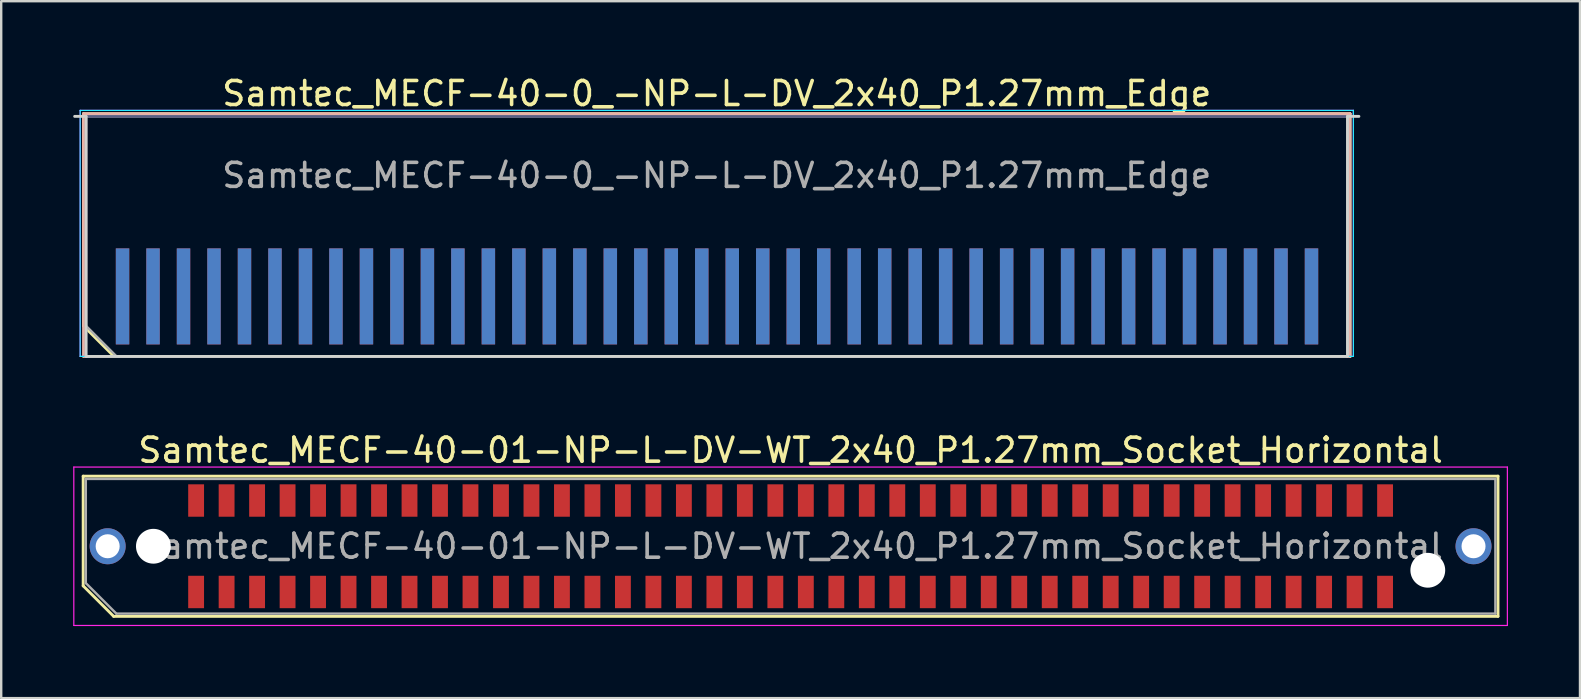
<source format=kicad_pcb>
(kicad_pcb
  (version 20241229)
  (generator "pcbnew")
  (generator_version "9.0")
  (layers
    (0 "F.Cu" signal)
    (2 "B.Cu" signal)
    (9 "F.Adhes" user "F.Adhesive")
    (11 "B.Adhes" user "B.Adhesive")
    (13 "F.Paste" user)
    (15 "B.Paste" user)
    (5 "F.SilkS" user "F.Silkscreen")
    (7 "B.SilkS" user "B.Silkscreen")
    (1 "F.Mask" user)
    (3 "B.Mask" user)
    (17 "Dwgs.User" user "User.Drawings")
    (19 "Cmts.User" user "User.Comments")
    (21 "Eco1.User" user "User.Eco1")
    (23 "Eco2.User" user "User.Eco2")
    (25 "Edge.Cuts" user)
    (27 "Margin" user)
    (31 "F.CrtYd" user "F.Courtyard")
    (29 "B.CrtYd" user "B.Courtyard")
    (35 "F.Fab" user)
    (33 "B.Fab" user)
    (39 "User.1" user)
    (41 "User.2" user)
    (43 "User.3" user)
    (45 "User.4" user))
  (footprint "Samtec_MECF-40-0_-NP-L-DV_2x40_P1.27mm_Edge"
    (layer "F.Cu")
    (at 26.81 6.798)
    (property "Reference" "Samtec_MECF-40-0_-NP-L-DV_2x40_P1.27mm_Edge" (at 0 -5.95 0) (layer "F.SilkS") (effects (font (size 1 1) (thickness 0.15))))
    (attr exclude_from_pos_files exclude_from_bom)
    (fp_line (start -26.38 -5.11) (end 26.38 -5.11) (stroke (width 0.12) (type solid)) (layer "F.SilkS"))
    (fp_line (start -26.38 3.73) (end -26.38 -5.11) (stroke (width 0.12) (type solid)) (layer "F.SilkS"))
    (fp_line (start -25.11 5) (end -26.38 3.73) (stroke (width 0.12) (type solid)) (layer "F.SilkS"))
    (fp_line (start -25.11 5) (end 26.38 5) (stroke (width 0.12) (type solid)) (layer "F.SilkS"))
    (fp_line (start 26.38 5) (end 26.38 -5.11) (stroke (width 0.12) (type solid)) (layer "F.SilkS"))
    (fp_line (start -26.38 -5.11) (end 26.38 -5.11) (stroke (width 0.12) (type solid)) (layer "B.SilkS"))
    (fp_line (start -26.38 5) (end -26.38 -5.11) (stroke (width 0.12) (type solid)) (layer "B.SilkS"))
    (fp_line (start -26.38 5) (end 26.38 5) (stroke (width 0.12) (type solid)) (layer "B.SilkS"))
    (fp_line (start 26.38 5) (end 26.38 -5.11) (stroke (width 0.12) (type solid)) (layer "B.SilkS"))
    (fp_line (start -26.75 -5) (end -26.275 -5) (stroke (width 0.12) (type solid)) (layer "Edge.Cuts"))
    (fp_line (start -26.275 5) (end -26.275 -5) (stroke (width 0.12) (type solid)) (layer "Edge.Cuts"))
    (fp_line (start -26.275 5) (end 26.275 5) (stroke (width 0.12) (type solid)) (layer "Edge.Cuts"))
    (fp_line (start 26.275 5) (end 26.275 -5) (stroke (width 0.12) (type solid)) (layer "Edge.Cuts"))
    (fp_line (start 26.75 -5) (end 26.275 -5) (stroke (width 0.12) (type solid)) (layer "Edge.Cuts"))
    (fp_line (start -26.52 -5.25) (end -26.52 5) (stroke (width 0.05) (type solid)) (layer "B.CrtYd"))
    (fp_line (start -26.52 5) (end 26.52 5) (stroke (width 0.05) (type solid)) (layer "B.CrtYd"))
    (fp_line (start 26.52 -5.25) (end -26.52 -5.25) (stroke (width 0.05) (type solid)) (layer "B.CrtYd"))
    (fp_line (start 26.52 5) (end 26.52 -5.25) (stroke (width 0.05) (type solid)) (layer "B.CrtYd"))
    (fp_line (start -26.52 -5.25) (end -26.52 5) (stroke (width 0.05) (type solid)) (layer "F.CrtYd"))
    (fp_line (start -26.52 5) (end 26.52 5) (stroke (width 0.05) (type solid)) (layer "F.CrtYd"))
    (fp_line (start 26.52 -5.25) (end -26.52 -5.25) (stroke (width 0.05) (type solid)) (layer "F.CrtYd"))
    (fp_line (start 26.52 5) (end 26.52 -5.25) (stroke (width 0.05) (type solid)) (layer "F.CrtYd"))
    (fp_line (start -26.275 -5) (end 26.275 -5) (stroke (width 0.1) (type solid)) (layer "B.Fab"))
    (fp_line (start -26.275 5) (end -26.275 -5) (stroke (width 0.1) (type solid)) (layer "B.Fab"))
    (fp_line (start -26.275 5) (end 26.275 5) (stroke (width 0.1) (type solid)) (layer "B.Fab"))
    (fp_line (start 26.275 5) (end 26.275 -5) (stroke (width 0.1) (type solid)) (layer "B.Fab"))
    (fp_line (start -26.275 -5) (end 26.275 -5) (stroke (width 0.1) (type solid)) (layer "F.Fab"))
    (fp_line (start -26.275 3.73) (end -26.275 -5) (stroke (width 0.1) (type solid)) (layer "F.Fab"))
    (fp_line (start -26.275 3.73) (end -25.005 5) (stroke (width 0.1) (type solid)) (layer "F.Fab"))
    (fp_line (start -25.005 5) (end 26.275 5) (stroke (width 0.1) (type solid)) (layer "F.Fab"))
    (fp_line (start 26.275 5) (end 26.275 -5) (stroke (width 0.1) (type solid)) (layer "F.Fab"))
    (fp_text user "${REFERENCE}" (at 0 -2.54 0) (layer "F.Fab") (effects (font (size 1 1) (thickness 0.15))))
    (pad "1" connect rect (at -24.755 2.5) (size 0.56 4) (layers "F.Cu" "F.Mask"))
    (pad "2" connect rect (at -24.755 2.5) (size 0.56 4) (layers "B.Cu" "B.Mask"))
    (pad "3" connect rect (at -23.485 2.5) (size 0.56 4) (layers "F.Cu" "F.Mask"))
    (pad "4" connect rect (at -23.485 2.5) (size 0.56 4) (layers "B.Cu" "B.Mask"))
    (pad "5" connect rect (at -22.215 2.5) (size 0.56 4) (layers "F.Cu" "F.Mask"))
    (pad "6" connect rect (at -22.215 2.5) (size 0.56 4) (layers "B.Cu" "B.Mask"))
    (pad "7" connect rect (at -20.945 2.5) (size 0.56 4) (layers "F.Cu" "F.Mask"))
    (pad "8" connect rect (at -20.945 2.5) (size 0.56 4) (layers "B.Cu" "B.Mask"))
    (pad "9" connect rect (at -19.675 2.5) (size 0.56 4) (layers "F.Cu" "F.Mask"))
    (pad "10" connect rect (at -19.675 2.5) (size 0.56 4) (layers "B.Cu" "B.Mask"))
    (pad "11" connect rect (at -18.405 2.5) (size 0.56 4) (layers "F.Cu" "F.Mask"))
    (pad "12" connect rect (at -18.405 2.5) (size 0.56 4) (layers "B.Cu" "B.Mask"))
    (pad "13" connect rect (at -17.135 2.5) (size 0.56 4) (layers "F.Cu" "F.Mask"))
    (pad "14" connect rect (at -17.135 2.5) (size 0.56 4) (layers "B.Cu" "B.Mask"))
    (pad "15" connect rect (at -15.865 2.5) (size 0.56 4) (layers "F.Cu" "F.Mask"))
    (pad "16" connect rect (at -15.865 2.5) (size 0.56 4) (layers "B.Cu" "B.Mask"))
    (pad "17" connect rect (at -14.595 2.5) (size 0.56 4) (layers "F.Cu" "F.Mask"))
    (pad "18" connect rect (at -14.595 2.5) (size 0.56 4) (layers "B.Cu" "B.Mask"))
    (pad "19" connect rect (at -13.325 2.5) (size 0.56 4) (layers "F.Cu" "F.Mask"))
    (pad "20" connect rect (at -13.325 2.5) (size 0.56 4) (layers "B.Cu" "B.Mask"))
    (pad "21" connect rect (at -12.055 2.5) (size 0.56 4) (layers "F.Cu" "F.Mask"))
    (pad "22" connect rect (at -12.055 2.5) (size 0.56 4) (layers "B.Cu" "B.Mask"))
    (pad "23" connect rect (at -10.785 2.5) (size 0.56 4) (layers "F.Cu" "F.Mask"))
    (pad "24" connect rect (at -10.785 2.5) (size 0.56 4) (layers "B.Cu" "B.Mask"))
    (pad "25" connect rect (at -9.515 2.5) (size 0.56 4) (layers "F.Cu" "F.Mask"))
    (pad "26" connect rect (at -9.515 2.5) (size 0.56 4) (layers "B.Cu" "B.Mask"))
    (pad "27" connect rect (at -8.245 2.5) (size 0.56 4) (layers "F.Cu" "F.Mask"))
    (pad "28" connect rect (at -8.245 2.5) (size 0.56 4) (layers "B.Cu" "B.Mask"))
    (pad "29" connect rect (at -6.975 2.5) (size 0.56 4) (layers "F.Cu" "F.Mask"))
    (pad "30" connect rect (at -6.975 2.5) (size 0.56 4) (layers "B.Cu" "B.Mask"))
    (pad "31" connect rect (at -5.705 2.5) (size 0.56 4) (layers "F.Cu" "F.Mask"))
    (pad "32" connect rect (at -5.705 2.5) (size 0.56 4) (layers "B.Cu" "B.Mask"))
    (pad "33" connect rect (at -4.435 2.5) (size 0.56 4) (layers "F.Cu" "F.Mask"))
    (pad "34" connect rect (at -4.435 2.5) (size 0.56 4) (layers "B.Cu" "B.Mask"))
    (pad "35" connect rect (at -3.165 2.5) (size 0.56 4) (layers "F.Cu" "F.Mask"))
    (pad "36" connect rect (at -3.165 2.5) (size 0.56 4) (layers "B.Cu" "B.Mask"))
    (pad "37" connect rect (at -1.895 2.5) (size 0.56 4) (layers "F.Cu" "F.Mask"))
    (pad "38" connect rect (at -1.895 2.5) (size 0.56 4) (layers "B.Cu" "B.Mask"))
    (pad "39" connect rect (at -0.625 2.5) (size 0.56 4) (layers "F.Cu" "F.Mask"))
    (pad "40" connect rect (at -0.625 2.5) (size 0.56 4) (layers "B.Cu" "B.Mask"))
    (pad "41" connect rect (at 0.645 2.5) (size 0.56 4) (layers "F.Cu" "F.Mask"))
    (pad "42" connect rect (at 0.645 2.5) (size 0.56 4) (layers "B.Cu" "B.Mask"))
    (pad "43" connect rect (at 1.915 2.5) (size 0.56 4) (layers "F.Cu" "F.Mask"))
    (pad "44" connect rect (at 1.915 2.5) (size 0.56 4) (layers "B.Cu" "B.Mask"))
    (pad "45" connect rect (at 3.185 2.5) (size 0.56 4) (layers "F.Cu" "F.Mask"))
    (pad "46" connect rect (at 3.185 2.5) (size 0.56 4) (layers "B.Cu" "B.Mask"))
    (pad "47" connect rect (at 4.455 2.5) (size 0.56 4) (layers "F.Cu" "F.Mask"))
    (pad "48" connect rect (at 4.455 2.5) (size 0.56 4) (layers "B.Cu" "B.Mask"))
    (pad "49" connect rect (at 5.725 2.5) (size 0.56 4) (layers "F.Cu" "F.Mask"))
    (pad "50" connect rect (at 5.725 2.5) (size 0.56 4) (layers "B.Cu" "B.Mask"))
    (pad "51" connect rect (at 6.995 2.5) (size 0.56 4) (layers "F.Cu" "F.Mask"))
    (pad "52" connect rect (at 6.995 2.5) (size 0.56 4) (layers "B.Cu" "B.Mask"))
    (pad "53" connect rect (at 8.265 2.5) (size 0.56 4) (layers "F.Cu" "F.Mask"))
    (pad "54" connect rect (at 8.265 2.5) (size 0.56 4) (layers "B.Cu" "B.Mask"))
    (pad "55" connect rect (at 9.535 2.5) (size 0.56 4) (layers "F.Cu" "F.Mask"))
    (pad "56" connect rect (at 9.535 2.5) (size 0.56 4) (layers "B.Cu" "B.Mask"))
    (pad "57" connect rect (at 10.805 2.5) (size 0.56 4) (layers "F.Cu" "F.Mask"))
    (pad "58" connect rect (at 10.805 2.5) (size 0.56 4) (layers "B.Cu" "B.Mask"))
    (pad "59" connect rect (at 12.075 2.5) (size 0.56 4) (layers "F.Cu" "F.Mask"))
    (pad "60" connect rect (at 12.075 2.5) (size 0.56 4) (layers "B.Cu" "B.Mask"))
    (pad "61" connect rect (at 13.345 2.5) (size 0.56 4) (layers "F.Cu" "F.Mask"))
    (pad "62" connect rect (at 13.345 2.5) (size 0.56 4) (layers "B.Cu" "B.Mask"))
    (pad "63" connect rect (at 14.615 2.5) (size 0.56 4) (layers "F.Cu" "F.Mask"))
    (pad "64" connect rect (at 14.615 2.5) (size 0.56 4) (layers "B.Cu" "B.Mask"))
    (pad "65" connect rect (at 15.885 2.5) (size 0.56 4) (layers "F.Cu" "F.Mask"))
    (pad "66" connect rect (at 15.885 2.5) (size 0.56 4) (layers "B.Cu" "B.Mask"))
    (pad "67" connect rect (at 17.155 2.5) (size 0.56 4) (layers "F.Cu" "F.Mask"))
    (pad "68" connect rect (at 17.155 2.5) (size 0.56 4) (layers "B.Cu" "B.Mask"))
    (pad "69" connect rect (at 18.425 2.5) (size 0.56 4) (layers "F.Cu" "F.Mask"))
    (pad "70" connect rect (at 18.425 2.5) (size 0.56 4) (layers "B.Cu" "B.Mask"))
    (pad "71" connect rect (at 19.695 2.5) (size 0.56 4) (layers "F.Cu" "F.Mask"))
    (pad "72" connect rect (at 19.695 2.5) (size 0.56 4) (layers "B.Cu" "B.Mask"))
    (pad "73" connect rect (at 20.965 2.5) (size 0.56 4) (layers "F.Cu" "F.Mask"))
    (pad "74" connect rect (at 20.965 2.5) (size 0.56 4) (layers "B.Cu" "B.Mask"))
    (pad "75" connect rect (at 22.235 2.5) (size 0.56 4) (layers "F.Cu" "F.Mask"))
    (pad "76" connect rect (at 22.235 2.5) (size 0.56 4) (layers "B.Cu" "B.Mask"))
    (pad "77" connect rect (at 23.505 2.5) (size 0.56 4) (layers "F.Cu" "F.Mask"))
    (pad "78" connect rect (at 23.505 2.5) (size 0.56 4) (layers "B.Cu" "B.Mask"))
    (pad "79" connect rect (at 24.775 2.5) (size 0.56 4) (layers "F.Cu" "F.Mask"))
    (pad "80" connect rect (at 24.775 2.5) (size 0.56 4) (layers "B.Cu" "B.Mask")))
  (footprint "Samtec_MECF-40-01-NP-L-DV-WT_2x40_P1.27mm_Socket_Horizontal"
    (layer "F.Cu")
    (at 29.885 19.706)
    (property "Reference" "Samtec_MECF-40-01-NP-L-DV-WT_2x40_P1.27mm_Socket_Horizontal" (at 0 -4 0) (layer "F.SilkS") (effects (font (size 1 1) (thickness 0.15))))
    (attr smd)
    (fp_line (start -29.47 -2.92) (end 29.47 -2.92) (stroke (width 0.12) (type solid)) (layer "F.SilkS"))
    (fp_line (start -29.47 1.65) (end -29.47 -2.92) (stroke (width 0.12) (type solid)) (layer "F.SilkS"))
    (fp_line (start -28.2 2.92) (end -29.47 1.65) (stroke (width 0.12) (type solid)) (layer "F.SilkS"))
    (fp_line (start -28.2 2.92) (end 29.47 2.92) (stroke (width 0.12) (type solid)) (layer "F.SilkS"))
    (fp_line (start 29.47 2.92) (end 29.47 -2.92) (stroke (width 0.12) (type solid)) (layer "F.SilkS"))
    (fp_line (start -29.86 -3.3) (end -29.86 3.3) (stroke (width 0.05) (type solid)) (layer "F.CrtYd"))
    (fp_line (start -29.86 3.3) (end 29.86 3.3) (stroke (width 0.05) (type solid)) (layer "F.CrtYd"))
    (fp_line (start 29.86 -3.3) (end -29.86 -3.3) (stroke (width 0.05) (type solid)) (layer "F.CrtYd"))
    (fp_line (start 29.86 3.3) (end 29.86 -3.3) (stroke (width 0.05) (type solid)) (layer "F.CrtYd"))
    (fp_line (start -29.36 -2.805) (end 29.36 -2.805) (stroke (width 0.1) (type solid)) (layer "F.Fab"))
    (fp_line (start -29.36 1.535) (end -29.36 -2.805) (stroke (width 0.1) (type solid)) (layer "F.Fab"))
    (fp_line (start -29.36 1.535) (end -28.09 2.805) (stroke (width 0.1) (type solid)) (layer "F.Fab"))
    (fp_line (start -28.09 2.805) (end 29.36 2.805) (stroke (width 0.1) (type solid)) (layer "F.Fab"))
    (fp_line (start 29.36 2.805) (end 29.36 -2.805) (stroke (width 0.1) (type solid)) (layer "F.Fab"))
    (fp_text user "${REFERENCE}" (at 0 0 0) (layer "F.Fab") (effects (font (size 1 1) (thickness 0.15))))
    (pad "" thru_hole circle (at -28.45 0) (size 1.5 1.5) (drill 1) (layers "*.Cu" "*.Mask"))
    (pad "" np_thru_hole circle (at -26.545 0) (size 1.45 1.45) (drill 1.45) (layers "*.Cu" "*.Mask"))
    (pad "" np_thru_hole circle (at 26.545 1) (size 1.45 1.45) (drill 1.45) (layers "*.Cu" "*.Mask"))
    (pad "" thru_hole circle (at 28.45 0) (size 1.5 1.5) (drill 1) (layers "*.Cu" "*.Mask"))
    (pad "1" smd rect (at -24.765 1.905) (size 0.66 1.35) (layers "F.Cu" "F.Mask" "F.Paste"))
    (pad "2" smd rect (at -24.765 -1.905) (size 0.66 1.35) (layers "F.Cu" "F.Mask" "F.Paste"))
    (pad "3" smd rect (at -23.495 1.905) (size 0.66 1.35) (layers "F.Cu" "F.Mask" "F.Paste"))
    (pad "4" smd rect (at -23.495 -1.905) (size 0.66 1.35) (layers "F.Cu" "F.Mask" "F.Paste"))
    (pad "5" smd rect (at -22.225 1.905) (size 0.66 1.35) (layers "F.Cu" "F.Mask" "F.Paste"))
    (pad "6" smd rect (at -22.225 -1.905) (size 0.66 1.35) (layers "F.Cu" "F.Mask" "F.Paste"))
    (pad "7" smd rect (at -20.955 1.905) (size 0.66 1.35) (layers "F.Cu" "F.Mask" "F.Paste"))
    (pad "8" smd rect (at -20.955 -1.905) (size 0.66 1.35) (layers "F.Cu" "F.Mask" "F.Paste"))
    (pad "9" smd rect (at -19.685 1.905) (size 0.66 1.35) (layers "F.Cu" "F.Mask" "F.Paste"))
    (pad "10" smd rect (at -19.685 -1.905) (size 0.66 1.35) (layers "F.Cu" "F.Mask" "F.Paste"))
    (pad "11" smd rect (at -18.415 1.905) (size 0.66 1.35) (layers "F.Cu" "F.Mask" "F.Paste"))
    (pad "12" smd rect (at -18.415 -1.905) (size 0.66 1.35) (layers "F.Cu" "F.Mask" "F.Paste"))
    (pad "13" smd rect (at -17.145 1.905) (size 0.66 1.35) (layers "F.Cu" "F.Mask" "F.Paste"))
    (pad "14" smd rect (at -17.145 -1.905) (size 0.66 1.35) (layers "F.Cu" "F.Mask" "F.Paste"))
    (pad "15" smd rect (at -15.875 1.905) (size 0.66 1.35) (layers "F.Cu" "F.Mask" "F.Paste"))
    (pad "16" smd rect (at -15.875 -1.905) (size 0.66 1.35) (layers "F.Cu" "F.Mask" "F.Paste"))
    (pad "17" smd rect (at -14.605 1.905) (size 0.66 1.35) (layers "F.Cu" "F.Mask" "F.Paste"))
    (pad "18" smd rect (at -14.605 -1.905) (size 0.66 1.35) (layers "F.Cu" "F.Mask" "F.Paste"))
    (pad "19" smd rect (at -13.335 1.905) (size 0.66 1.35) (layers "F.Cu" "F.Mask" "F.Paste"))
    (pad "20" smd rect (at -13.335 -1.905) (size 0.66 1.35) (layers "F.Cu" "F.Mask" "F.Paste"))
    (pad "21" smd rect (at -12.065 1.905) (size 0.66 1.35) (layers "F.Cu" "F.Mask" "F.Paste"))
    (pad "22" smd rect (at -12.065 -1.905) (size 0.66 1.35) (layers "F.Cu" "F.Mask" "F.Paste"))
    (pad "23" smd rect (at -10.795 1.905) (size 0.66 1.35) (layers "F.Cu" "F.Mask" "F.Paste"))
    (pad "24" smd rect (at -10.795 -1.905) (size 0.66 1.35) (layers "F.Cu" "F.Mask" "F.Paste"))
    (pad "25" smd rect (at -9.525 1.905) (size 0.66 1.35) (layers "F.Cu" "F.Mask" "F.Paste"))
    (pad "26" smd rect (at -9.525 -1.905) (size 0.66 1.35) (layers "F.Cu" "F.Mask" "F.Paste"))
    (pad "27" smd rect (at -8.255 1.905) (size 0.66 1.35) (layers "F.Cu" "F.Mask" "F.Paste"))
    (pad "28" smd rect (at -8.255 -1.905) (size 0.66 1.35) (layers "F.Cu" "F.Mask" "F.Paste"))
    (pad "29" smd rect (at -6.985 1.905) (size 0.66 1.35) (layers "F.Cu" "F.Mask" "F.Paste"))
    (pad "30" smd rect (at -6.985 -1.905) (size 0.66 1.35) (layers "F.Cu" "F.Mask" "F.Paste"))
    (pad "31" smd rect (at -5.715 1.905) (size 0.66 1.35) (layers "F.Cu" "F.Mask" "F.Paste"))
    (pad "32" smd rect (at -5.715 -1.905) (size 0.66 1.35) (layers "F.Cu" "F.Mask" "F.Paste"))
    (pad "33" smd rect (at -4.445 1.905) (size 0.66 1.35) (layers "F.Cu" "F.Mask" "F.Paste"))
    (pad "34" smd rect (at -4.445 -1.905) (size 0.66 1.35) (layers "F.Cu" "F.Mask" "F.Paste"))
    (pad "35" smd rect (at -3.175 1.905) (size 0.66 1.35) (layers "F.Cu" "F.Mask" "F.Paste"))
    (pad "36" smd rect (at -3.175 -1.905) (size 0.66 1.35) (layers "F.Cu" "F.Mask" "F.Paste"))
    (pad "37" smd rect (at -1.905 1.905) (size 0.66 1.35) (layers "F.Cu" "F.Mask" "F.Paste"))
    (pad "38" smd rect (at -1.905 -1.905) (size 0.66 1.35) (layers "F.Cu" "F.Mask" "F.Paste"))
    (pad "39" smd rect (at -0.635 1.905) (size 0.66 1.35) (layers "F.Cu" "F.Mask" "F.Paste"))
    (pad "40" smd rect (at -0.635 -1.905) (size 0.66 1.35) (layers "F.Cu" "F.Mask" "F.Paste"))
    (pad "41" smd rect (at 0.635 1.905) (size 0.66 1.35) (layers "F.Cu" "F.Mask" "F.Paste"))
    (pad "42" smd rect (at 0.635 -1.905) (size 0.66 1.35) (layers "F.Cu" "F.Mask" "F.Paste"))
    (pad "43" smd rect (at 1.905 1.905) (size 0.66 1.35) (layers "F.Cu" "F.Mask" "F.Paste"))
    (pad "44" smd rect (at 1.905 -1.905) (size 0.66 1.35) (layers "F.Cu" "F.Mask" "F.Paste"))
    (pad "45" smd rect (at 3.175 1.905) (size 0.66 1.35) (layers "F.Cu" "F.Mask" "F.Paste"))
    (pad "46" smd rect (at 3.175 -1.905) (size 0.66 1.35) (layers "F.Cu" "F.Mask" "F.Paste"))
    (pad "47" smd rect (at 4.445 1.905) (size 0.66 1.35) (layers "F.Cu" "F.Mask" "F.Paste"))
    (pad "48" smd rect (at 4.445 -1.905) (size 0.66 1.35) (layers "F.Cu" "F.Mask" "F.Paste"))
    (pad "49" smd rect (at 5.715 1.905) (size 0.66 1.35) (layers "F.Cu" "F.Mask" "F.Paste"))
    (pad "50" smd rect (at 5.715 -1.905) (size 0.66 1.35) (layers "F.Cu" "F.Mask" "F.Paste"))
    (pad "51" smd rect (at 6.985 1.905) (size 0.66 1.35) (layers "F.Cu" "F.Mask" "F.Paste"))
    (pad "52" smd rect (at 6.985 -1.905) (size 0.66 1.35) (layers "F.Cu" "F.Mask" "F.Paste"))
    (pad "53" smd rect (at 8.255 1.905) (size 0.66 1.35) (layers "F.Cu" "F.Mask" "F.Paste"))
    (pad "54" smd rect (at 8.255 -1.905) (size 0.66 1.35) (layers "F.Cu" "F.Mask" "F.Paste"))
    (pad "55" smd rect (at 9.525 1.905) (size 0.66 1.35) (layers "F.Cu" "F.Mask" "F.Paste"))
    (pad "56" smd rect (at 9.525 -1.905) (size 0.66 1.35) (layers "F.Cu" "F.Mask" "F.Paste"))
    (pad "57" smd rect (at 10.795 1.905) (size 0.66 1.35) (layers "F.Cu" "F.Mask" "F.Paste"))
    (pad "58" smd rect (at 10.795 -1.905) (size 0.66 1.35) (layers "F.Cu" "F.Mask" "F.Paste"))
    (pad "59" smd rect (at 12.065 1.905) (size 0.66 1.35) (layers "F.Cu" "F.Mask" "F.Paste"))
    (pad "60" smd rect (at 12.065 -1.905) (size 0.66 1.35) (layers "F.Cu" "F.Mask" "F.Paste"))
    (pad "61" smd rect (at 13.335 1.905) (size 0.66 1.35) (layers "F.Cu" "F.Mask" "F.Paste"))
    (pad "62" smd rect (at 13.335 -1.905) (size 0.66 1.35) (layers "F.Cu" "F.Mask" "F.Paste"))
    (pad "63" smd rect (at 14.605 1.905) (size 0.66 1.35) (layers "F.Cu" "F.Mask" "F.Paste"))
    (pad "64" smd rect (at 14.605 -1.905) (size 0.66 1.35) (layers "F.Cu" "F.Mask" "F.Paste"))
    (pad "65" smd rect (at 15.875 1.905) (size 0.66 1.35) (layers "F.Cu" "F.Mask" "F.Paste"))
    (pad "66" smd rect (at 15.875 -1.905) (size 0.66 1.35) (layers "F.Cu" "F.Mask" "F.Paste"))
    (pad "67" smd rect (at 17.145 1.905) (size 0.66 1.35) (layers "F.Cu" "F.Mask" "F.Paste"))
    (pad "68" smd rect (at 17.145 -1.905) (size 0.66 1.35) (layers "F.Cu" "F.Mask" "F.Paste"))
    (pad "69" smd rect (at 18.415 1.905) (size 0.66 1.35) (layers "F.Cu" "F.Mask" "F.Paste"))
    (pad "70" smd rect (at 18.415 -1.905) (size 0.66 1.35) (layers "F.Cu" "F.Mask" "F.Paste"))
    (pad "71" smd rect (at 19.685 1.905) (size 0.66 1.35) (layers "F.Cu" "F.Mask" "F.Paste"))
    (pad "72" smd rect (at 19.685 -1.905) (size 0.66 1.35) (layers "F.Cu" "F.Mask" "F.Paste"))
    (pad "73" smd rect (at 20.955 1.905) (size 0.66 1.35) (layers "F.Cu" "F.Mask" "F.Paste"))
    (pad "74" smd rect (at 20.955 -1.905) (size 0.66 1.35) (layers "F.Cu" "F.Mask" "F.Paste"))
    (pad "75" smd rect (at 22.225 1.905) (size 0.66 1.35) (layers "F.Cu" "F.Mask" "F.Paste"))
    (pad "76" smd rect (at 22.225 -1.905) (size 0.66 1.35) (layers "F.Cu" "F.Mask" "F.Paste"))
    (pad "77" smd rect (at 23.495 1.905) (size 0.66 1.35) (layers "F.Cu" "F.Mask" "F.Paste"))
    (pad "78" smd rect (at 23.495 -1.905) (size 0.66 1.35) (layers "F.Cu" "F.Mask" "F.Paste"))
    (pad "79" smd rect (at 24.765 1.905) (size 0.66 1.35) (layers "F.Cu" "F.Mask" "F.Paste"))
    (pad "80" smd rect (at 24.765 -1.905) (size 0.66 1.35) (layers "F.Cu" "F.Mask" "F.Paste")))
  (gr_rect
    (start -3 -3)
    (end 62.77 26.032)
    (stroke (width 0.1) (type default))
    (fill no)
    (layer "Edge.Cuts")))
</source>
